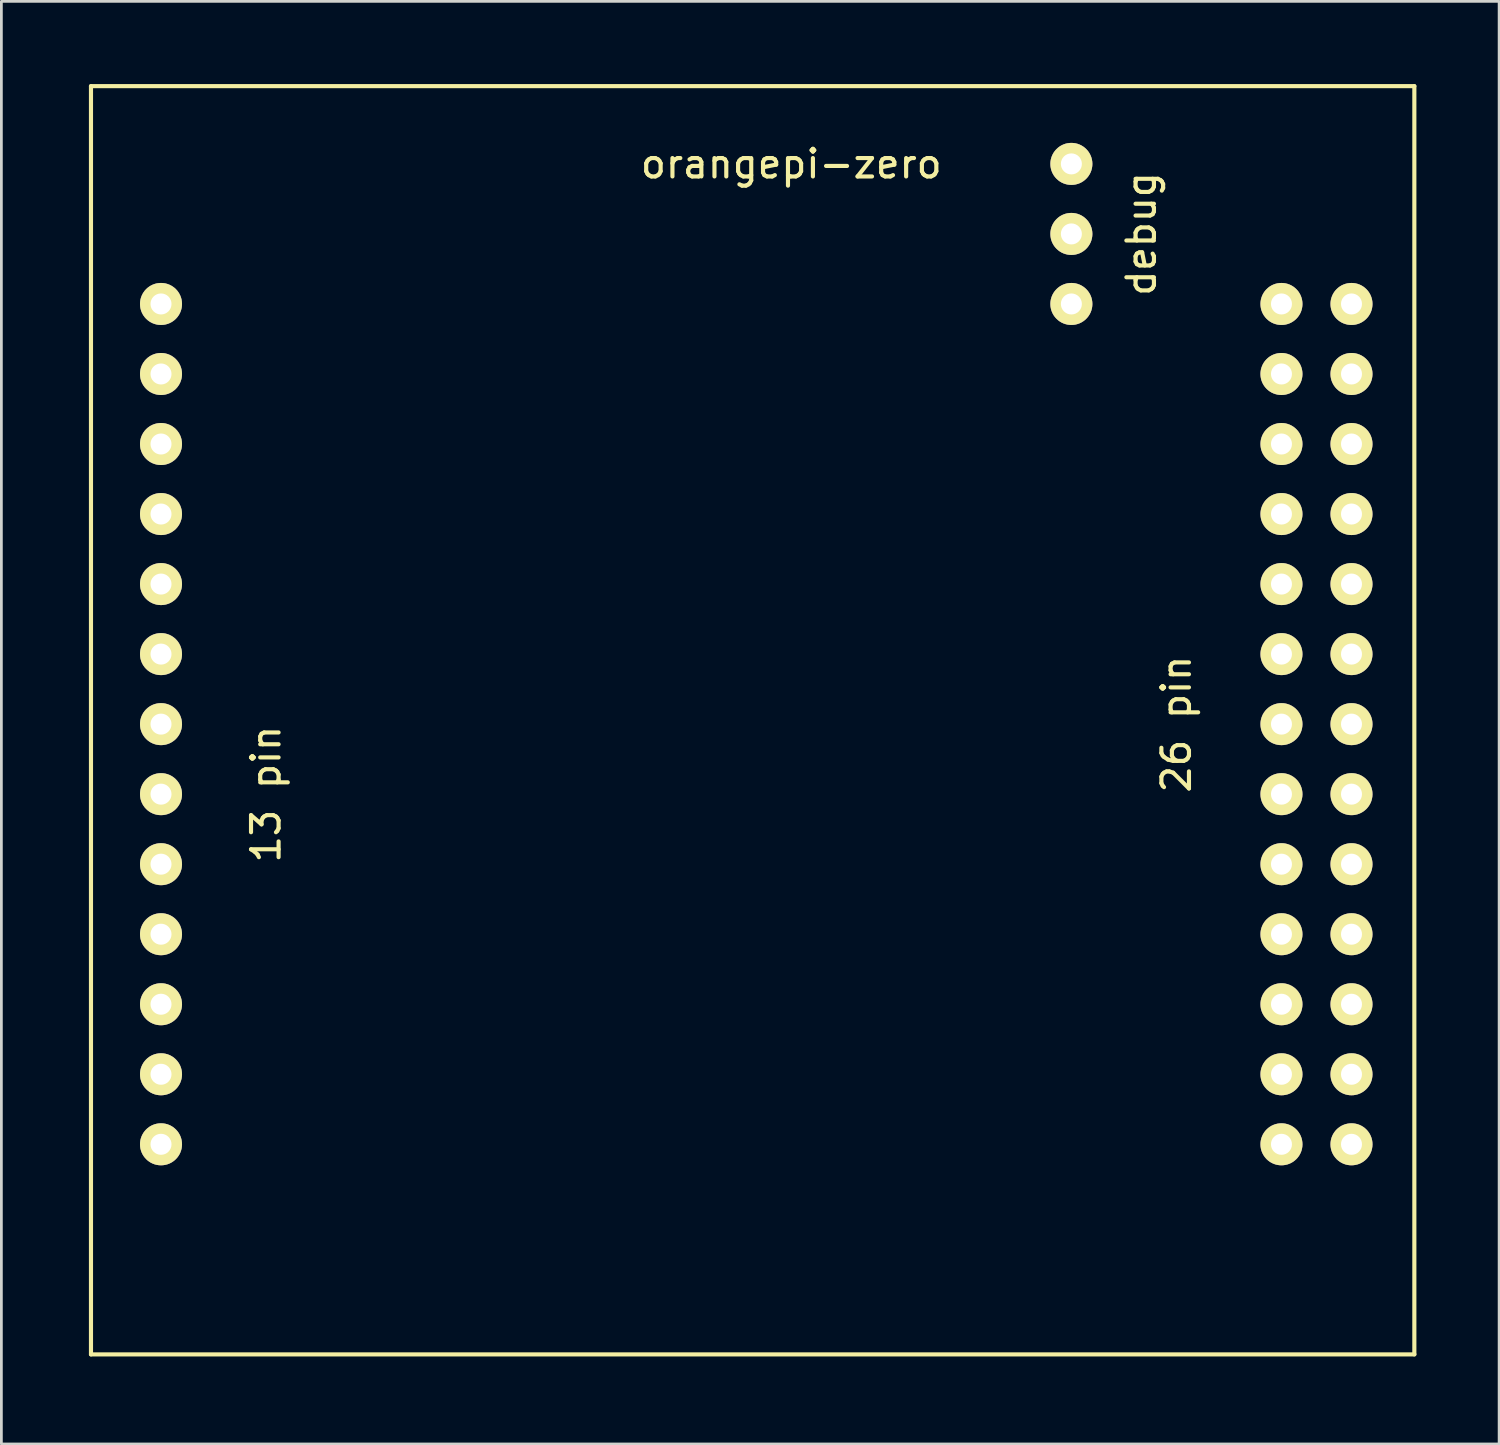
<source format=kicad_pcb>
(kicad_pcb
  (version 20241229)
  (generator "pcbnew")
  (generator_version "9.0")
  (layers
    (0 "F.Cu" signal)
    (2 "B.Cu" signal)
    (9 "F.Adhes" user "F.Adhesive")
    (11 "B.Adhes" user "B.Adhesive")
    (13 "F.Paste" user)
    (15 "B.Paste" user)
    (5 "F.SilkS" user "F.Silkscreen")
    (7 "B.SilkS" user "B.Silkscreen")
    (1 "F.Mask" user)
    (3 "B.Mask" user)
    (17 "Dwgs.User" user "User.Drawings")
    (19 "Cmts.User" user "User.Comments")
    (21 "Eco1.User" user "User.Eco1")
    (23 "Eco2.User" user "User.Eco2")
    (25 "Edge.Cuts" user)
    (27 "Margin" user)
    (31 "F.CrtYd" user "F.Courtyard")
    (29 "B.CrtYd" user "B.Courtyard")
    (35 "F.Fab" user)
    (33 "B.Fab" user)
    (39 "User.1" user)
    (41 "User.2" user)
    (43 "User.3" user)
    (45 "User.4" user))
  (footprint "orangepi-zero"
    (layer "F.Cu")
    (at 0.25 46.075)
    (property "Reference" "orangepi-zero" (at 25.4 -43.18 0) (layer "F.SilkS") (effects (font (size 1 1) (thickness 0.15))))
    (attr through_hole)
    (fp_line (start 0 -46) (end 48 -46) (stroke (width 0.15) (type solid)) (layer "F.SilkS"))
    (fp_line (start 0 0) (end 0 -46) (stroke (width 0.15) (type solid)) (layer "F.SilkS"))
    (fp_line (start 48 -46) (end 48 0) (stroke (width 0.15) (type solid)) (layer "F.SilkS"))
    (fp_line (start 48 0) (end 0 0) (stroke (width 0.15) (type solid)) (layer "F.SilkS"))
    (fp_text user "26 pin" (at 39.37 -22.86 90) (layer "F.SilkS") (effects (font (size 1 1) (thickness 0.15))))
    (fp_text user "13 pin" (at 6.35 -20.32 90) (layer "F.SilkS") (effects (font (size 1 1) (thickness 0.15))))
    (fp_text user "debug" (at 38.1 -40.64 90) (layer "F.SilkS") (effects (font (size 1 1) (thickness 0.15))))
    (pad "1" thru_hole circle (at 2.54 -38.1) (size 1.524 1.524) (drill 0.762) (layers "*.Cu" "*.Mask" "F.SilkS"))
    (pad "2" thru_hole circle (at 2.54 -35.56) (size 1.524 1.524) (drill 0.762) (layers "*.Cu" "*.Mask" "F.SilkS"))
    (pad "3" thru_hole circle (at 2.54 -33.02) (size 1.524 1.524) (drill 0.762) (layers "*.Cu" "*.Mask" "F.SilkS"))
    (pad "4" thru_hole circle (at 2.54 -30.48) (size 1.524 1.524) (drill 0.762) (layers "*.Cu" "*.Mask" "F.SilkS"))
    (pad "5" thru_hole circle (at 2.54 -27.94) (size 1.524 1.524) (drill 0.762) (layers "*.Cu" "*.Mask" "F.SilkS"))
    (pad "6" thru_hole circle (at 2.54 -25.4) (size 1.524 1.524) (drill 0.762) (layers "*.Cu" "*.Mask" "F.SilkS"))
    (pad "7" thru_hole circle (at 2.54 -22.86) (size 1.524 1.524) (drill 0.762) (layers "*.Cu" "*.Mask" "F.SilkS"))
    (pad "8" thru_hole circle (at 2.54 -20.32) (size 1.524 1.524) (drill 0.762) (layers "*.Cu" "*.Mask" "F.SilkS"))
    (pad "9" thru_hole circle (at 2.54 -17.78) (size 1.524 1.524) (drill 0.762) (layers "*.Cu" "*.Mask" "F.SilkS"))
    (pad "10" thru_hole circle (at 2.54 -15.24) (size 1.524 1.524) (drill 0.762) (layers "*.Cu" "*.Mask" "F.SilkS"))
    (pad "11" thru_hole circle (at 2.54 -12.7) (size 1.524 1.524) (drill 0.762) (layers "*.Cu" "*.Mask" "F.SilkS"))
    (pad "12" thru_hole circle (at 2.54 -10.16) (size 1.524 1.524) (drill 0.762) (layers "*.Cu" "*.Mask" "F.SilkS"))
    (pad "13" thru_hole circle (at 2.54 -7.62) (size 1.524 1.524) (drill 0.762) (layers "*.Cu" "*.Mask" "F.SilkS"))
    (pad "101" thru_hole circle (at 45.72 -7.62) (size 1.524 1.524) (drill 0.762) (layers "*.Cu" "*.Mask" "F.SilkS"))
    (pad "102" thru_hole circle (at 43.18 -7.62) (size 1.524 1.524) (drill 0.762) (layers "*.Cu" "*.Mask" "F.SilkS"))
    (pad "103" thru_hole circle (at 45.72 -10.16) (size 1.524 1.524) (drill 0.762) (layers "*.Cu" "*.Mask" "F.SilkS"))
    (pad "104" thru_hole circle (at 43.18 -10.16) (size 1.524 1.524) (drill 0.762) (layers "*.Cu" "*.Mask" "F.SilkS"))
    (pad "105" thru_hole circle (at 45.72 -12.7) (size 1.524 1.524) (drill 0.762) (layers "*.Cu" "*.Mask" "F.SilkS"))
    (pad "106" thru_hole circle (at 43.18 -12.7) (size 1.524 1.524) (drill 0.762) (layers "*.Cu" "*.Mask" "F.SilkS"))
    (pad "107" thru_hole circle (at 45.72 -15.24) (size 1.524 1.524) (drill 0.762) (layers "*.Cu" "*.Mask" "F.SilkS"))
    (pad "108" thru_hole circle (at 43.18 -15.24) (size 1.524 1.524) (drill 0.762) (layers "*.Cu" "*.Mask" "F.SilkS"))
    (pad "109" thru_hole circle (at 45.72 -17.78) (size 1.524 1.524) (drill 0.762) (layers "*.Cu" "*.Mask" "F.SilkS"))
    (pad "110" thru_hole circle (at 43.18 -17.78) (size 1.524 1.524) (drill 0.762) (layers "*.Cu" "*.Mask" "F.SilkS"))
    (pad "111" thru_hole circle (at 45.72 -20.32) (size 1.524 1.524) (drill 0.762) (layers "*.Cu" "*.Mask" "F.SilkS"))
    (pad "112" thru_hole circle (at 43.18 -20.32) (size 1.524 1.524) (drill 0.762) (layers "*.Cu" "*.Mask" "F.SilkS"))
    (pad "113" thru_hole circle (at 45.72 -22.86) (size 1.524 1.524) (drill 0.762) (layers "*.Cu" "*.Mask" "F.SilkS"))
    (pad "114" thru_hole circle (at 43.18 -22.86) (size 1.524 1.524) (drill 0.762) (layers "*.Cu" "*.Mask" "F.SilkS"))
    (pad "115" thru_hole circle (at 45.72 -25.4) (size 1.524 1.524) (drill 0.762) (layers "*.Cu" "*.Mask" "F.SilkS"))
    (pad "116" thru_hole circle (at 43.18 -25.4) (size 1.524 1.524) (drill 0.762) (layers "*.Cu" "*.Mask" "F.SilkS"))
    (pad "117" thru_hole circle (at 45.72 -27.94) (size 1.524 1.524) (drill 0.762) (layers "*.Cu" "*.Mask" "F.SilkS"))
    (pad "118" thru_hole circle (at 43.18 -27.94) (size 1.524 1.524) (drill 0.762) (layers "*.Cu" "*.Mask" "F.SilkS"))
    (pad "119" thru_hole circle (at 45.72 -30.48) (size 1.524 1.524) (drill 0.762) (layers "*.Cu" "*.Mask" "F.SilkS"))
    (pad "120" thru_hole circle (at 43.18 -30.48) (size 1.524 1.524) (drill 0.762) (layers "*.Cu" "*.Mask" "F.SilkS"))
    (pad "121" thru_hole circle (at 45.72 -33.02) (size 1.524 1.524) (drill 0.762) (layers "*.Cu" "*.Mask" "F.SilkS"))
    (pad "122" thru_hole circle (at 43.18 -33.02) (size 1.524 1.524) (drill 0.762) (layers "*.Cu" "*.Mask" "F.SilkS"))
    (pad "123" thru_hole circle (at 45.72 -35.56) (size 1.524 1.524) (drill 0.762) (layers "*.Cu" "*.Mask" "F.SilkS"))
    (pad "124" thru_hole circle (at 43.18 -35.56) (size 1.524 1.524) (drill 0.762) (layers "*.Cu" "*.Mask" "F.SilkS"))
    (pad "125" thru_hole circle (at 45.72 -38.1) (size 1.524 1.524) (drill 0.762) (layers "*.Cu" "*.Mask" "F.SilkS"))
    (pad "126" thru_hole circle (at 43.18 -38.1) (size 1.524 1.524) (drill 0.762) (layers "*.Cu" "*.Mask" "F.SilkS"))
    (pad "201" thru_hole circle (at 35.56 -43.18) (size 1.524 1.524) (drill 0.762) (layers "*.Cu" "*.Mask" "F.SilkS"))
    (pad "202" thru_hole circle (at 35.56 -40.64) (size 1.524 1.524) (drill 0.762) (layers "*.Cu" "*.Mask" "F.SilkS"))
    (pad "203" thru_hole circle (at 35.56 -38.1) (size 1.524 1.524) (drill 0.762) (layers "*.Cu" "*.Mask" "F.SilkS")))
  (gr_rect
    (start -3 -3)
    (end 51.325 49.325)
    (stroke (width 0.1) (type default))
    (fill no)
    (layer "Edge.Cuts")))
</source>
